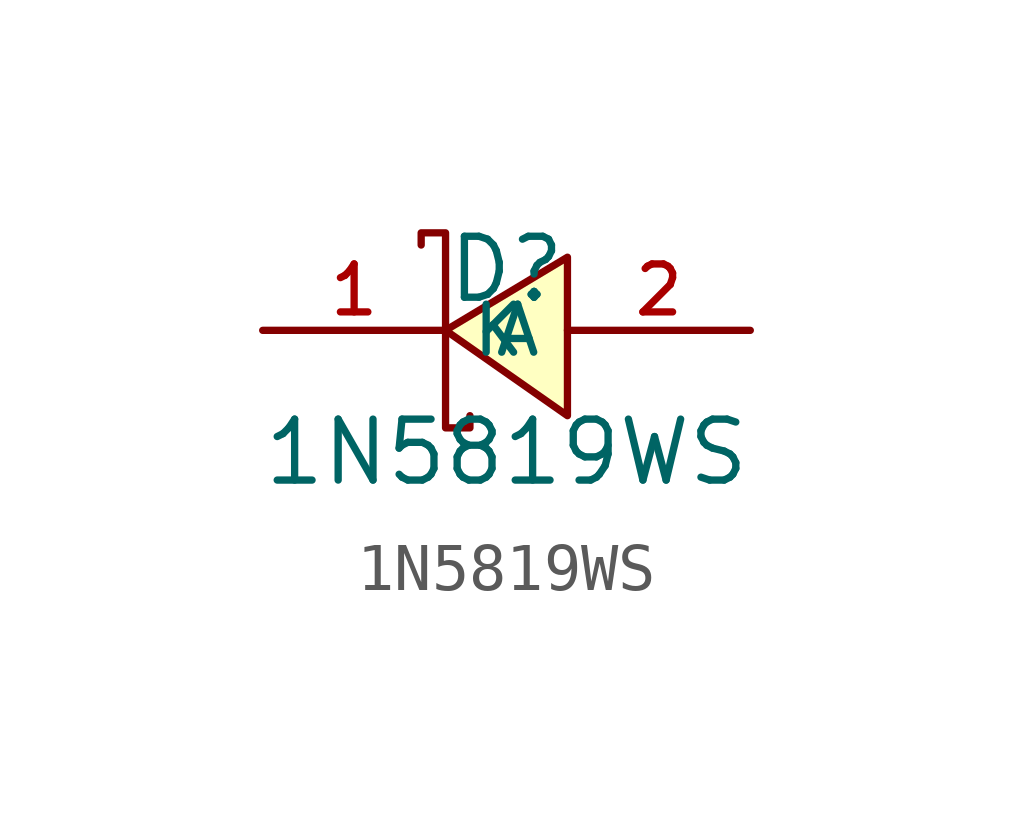
<source format=kicad_sym>
(kicad_symbol_lib
  (version 20210201)
  (generator TousstNicolas/JLC2KiCad_lib)
  (symbol "1N5819WS"
    (property "Reference" "D"
      (at 0 1.27 0)
      (effects (font (size 1.27 1.27))))
    (property "Value" "1N5819WS"
      (at 0 -2.54 0)
      (effects (font (size 1.27 1.27))))
    (symbol "1N5819WS_0_1"
      (polyline (pts (xy -1.27 -0.0) (xy -1.27 2.032) (xy -1.778 2.032) (xy -1.778 1.778)) (stroke (width 0) (type default) (color 0 0 0 0)) (fill (type none)))
      (polyline (pts (xy -1.27 -0.0) (xy -1.27 -2.032) (xy -0.762 -2.032) (xy -0.762 -1.778)) (stroke (width 0) (type default) (color 0 0 0 0)) (fill (type none)))
      (polyline (pts (xy 1.27 1.524) (xy -1.27 -0.0) (xy 1.27 -1.778) (xy 1.27 1.524)) (stroke (width 0) (type default) (color 0 0 0 0)) (fill (type background)))
      (pin unspecified line (at -5.08 -0.0 0) (length 3.81) (name "K" (effects (font (size 1 1)))) (number "1" (effects (font (size 1 1)))))
      (pin unspecified line (at 5.08 -0.0 180) (length 3.81) (name "A" (effects (font (size 1 1)))) (number "2" (effects (font (size 1 1))))))))
</source>
